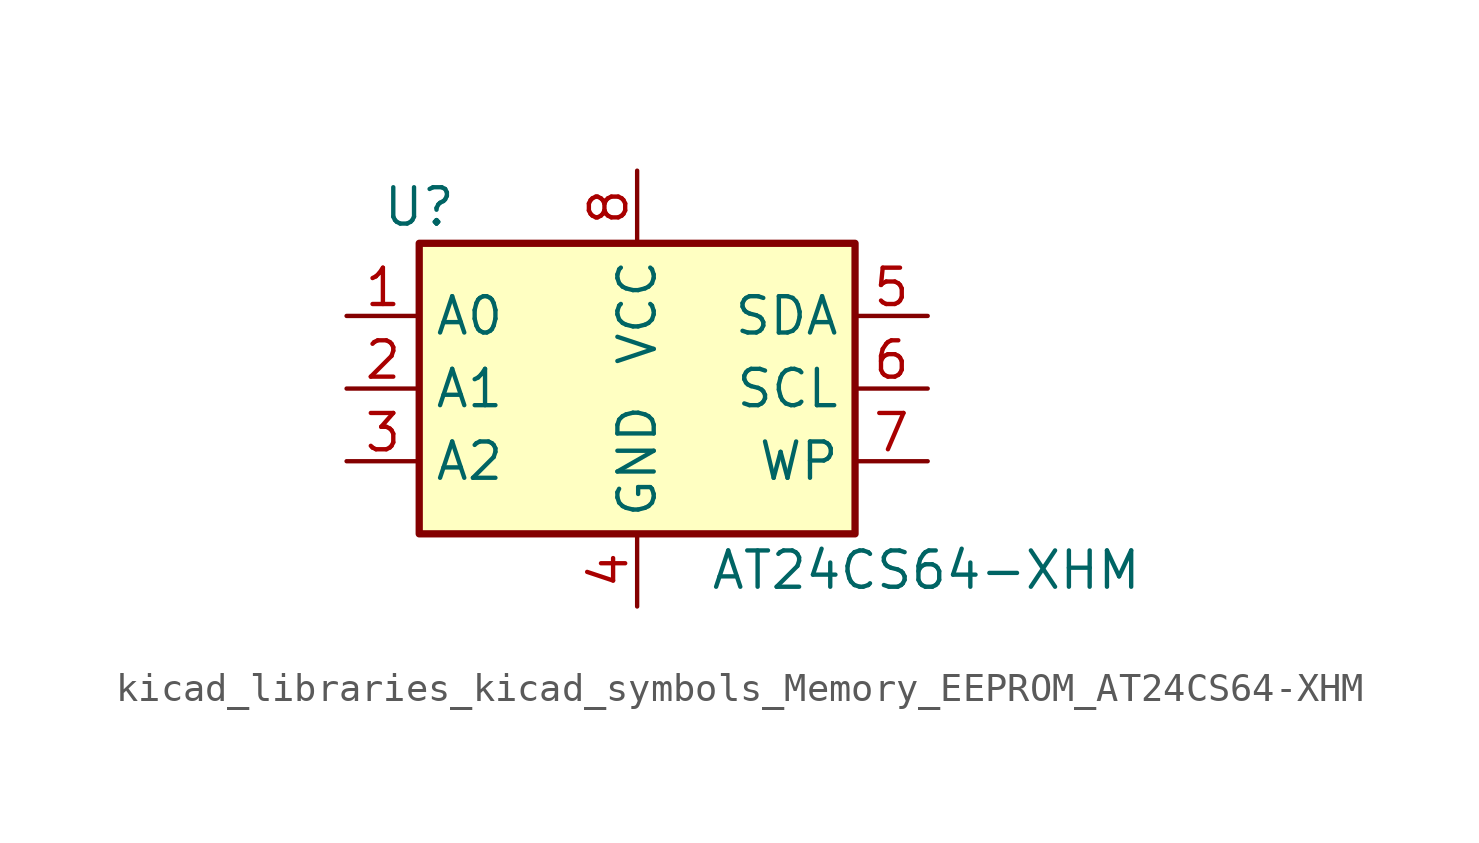
<source format=kicad_sym>
(kicad_symbol_lib
  (version 20220914)
  (generator kicad_symbol_editor)
  (symbol "kicad_libraries_kicad_symbols_Memory_EEPROM_AT24CS64-XHM"
    (property "Reference" "U"
      (at -7.62 6.35 0)
      (effects (font (size 1.27 1.27))))
    (property "Value" "AT24CS64-XHM"
      (at 2.54 -6.35 0)
      (effects (font (size 1.27 1.27)) (justify left)))
    (symbol "kicad_libraries_kicad_symbols_Memory_EEPROM_AT24CS64-XHM_1_1"
      (rectangle (start -7.62 5.08) (end 7.62 -5.08) (stroke (width 0.254) (type default)) (fill (type background)))
      (pin input line (at -10.16 2.54 0) (length 2.54) (name "A0" (effects (font (size 1.27 1.27)))) (number "1" (effects (font (size 1.27 1.27)))))
      (pin input line (at -10.16 0 0) (length 2.54) (name "A1" (effects (font (size 1.27 1.27)))) (number "2" (effects (font (size 1.27 1.27)))))
      (pin input line (at -10.16 -2.54 0) (length 2.54) (name "A2" (effects (font (size 1.27 1.27)))) (number "3" (effects (font (size 1.27 1.27)))))
      (pin power_in line (at 0 -7.62 90) (length 2.54) (name "GND" (effects (font (size 1.27 1.27)))) (number "4" (effects (font (size 1.27 1.27)))))
      (pin bidirectional line (at 10.16 2.54 180) (length 2.54) (name "SDA" (effects (font (size 1.27 1.27)))) (number "5" (effects (font (size 1.27 1.27)))))
      (pin input line (at 10.16 0 180) (length 2.54) (name "SCL" (effects (font (size 1.27 1.27)))) (number "6" (effects (font (size 1.27 1.27)))))
      (pin input line (at 10.16 -2.54 180) (length 2.54) (name "WP" (effects (font (size 1.27 1.27)))) (number "7" (effects (font (size 1.27 1.27)))))
      (pin power_in line (at 0 7.62 270) (length 2.54) (name "VCC" (effects (font (size 1.27 1.27)))) (number "8" (effects (font (size 1.27 1.27))))))))
</source>
